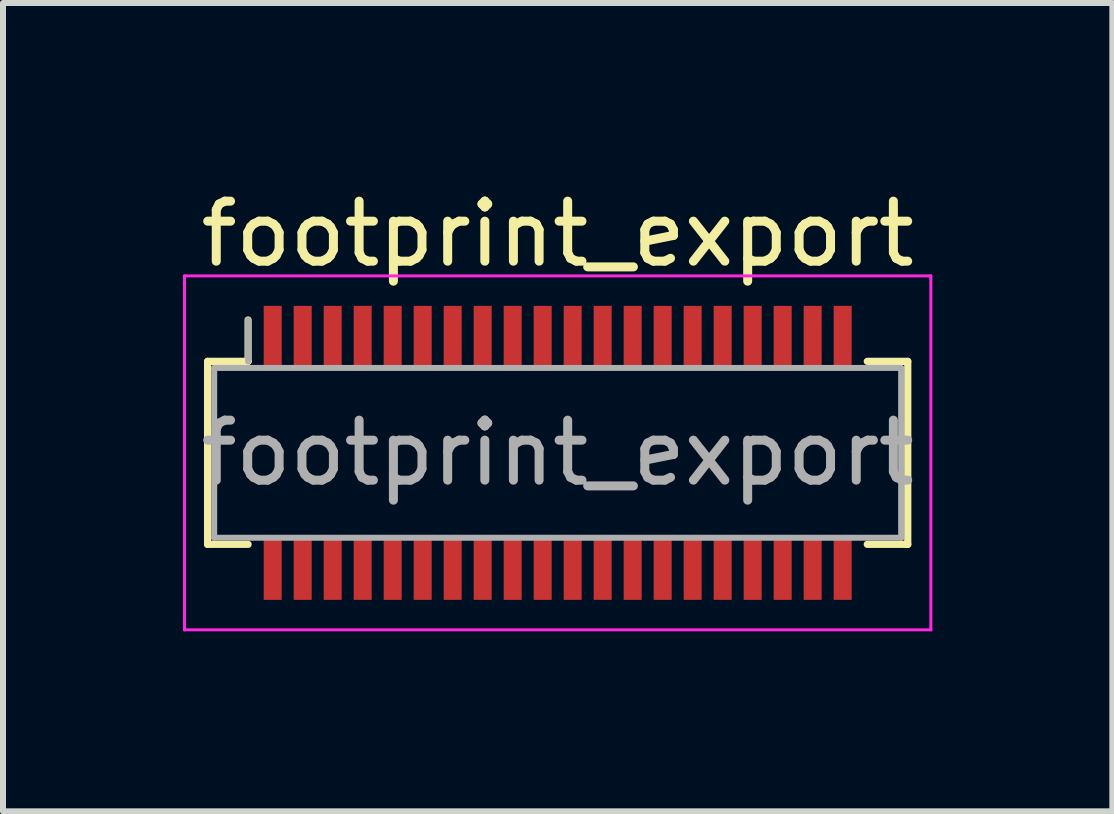
<source format=kicad_pcb>
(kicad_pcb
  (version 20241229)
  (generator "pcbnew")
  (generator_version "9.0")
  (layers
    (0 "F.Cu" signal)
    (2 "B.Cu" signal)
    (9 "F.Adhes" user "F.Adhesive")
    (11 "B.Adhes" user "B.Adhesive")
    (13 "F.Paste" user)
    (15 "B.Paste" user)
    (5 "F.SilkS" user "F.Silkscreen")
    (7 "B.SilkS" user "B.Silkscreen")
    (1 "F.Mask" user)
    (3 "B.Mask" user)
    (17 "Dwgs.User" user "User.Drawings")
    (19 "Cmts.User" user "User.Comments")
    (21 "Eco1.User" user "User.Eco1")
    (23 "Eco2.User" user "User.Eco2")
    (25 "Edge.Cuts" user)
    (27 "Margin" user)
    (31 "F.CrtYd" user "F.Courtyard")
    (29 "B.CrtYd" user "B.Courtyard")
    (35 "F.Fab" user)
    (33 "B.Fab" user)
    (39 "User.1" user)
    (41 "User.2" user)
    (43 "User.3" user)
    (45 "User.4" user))
  (footprint "footprint_export"
    (layer "F.Cu")
    (at 6.245 4.498)
    (property "Reference" "footprint_export" (at 0 -3.65 0) (layer "F.SilkS") (effects (font (size 1 1) (thickness 0.15))))
    (attr smd)
    (fp_line (start -5.835 -1.525) (end -5.16 -1.525) (stroke (width 0.12) (type solid)) (layer "F.SilkS"))
    (fp_line (start -5.835 1.525) (end -5.835 -1.525) (stroke (width 0.12) (type solid)) (layer "F.SilkS"))
    (fp_line (start -5.16 -1.525) (end -5.16 -2.215) (stroke (width 0.12) (type solid)) (layer "F.SilkS"))
    (fp_line (start -5.16 1.525) (end -5.835 1.525) (stroke (width 0.12) (type solid)) (layer "F.SilkS"))
    (fp_line (start 5.16 1.525) (end 5.835 1.525) (stroke (width 0.12) (type solid)) (layer "F.SilkS"))
    (fp_line (start 5.835 -1.525) (end 5.16 -1.525) (stroke (width 0.12) (type solid)) (layer "F.SilkS"))
    (fp_line (start 5.835 1.525) (end 5.835 -1.525) (stroke (width 0.12) (type solid)) (layer "F.SilkS"))
    (fp_line (start -6.22 -2.95) (end -6.22 2.95) (stroke (width 0.05) (type solid)) (layer "F.CrtYd"))
    (fp_line (start -6.22 2.95) (end 6.22 2.95) (stroke (width 0.05) (type solid)) (layer "F.CrtYd"))
    (fp_line (start 6.22 -2.95) (end -6.22 -2.95) (stroke (width 0.05) (type solid)) (layer "F.CrtYd"))
    (fp_line (start 6.22 2.95) (end 6.22 -2.95) (stroke (width 0.05) (type solid)) (layer "F.CrtYd"))
    (fp_line (start -5.725 -1.415) (end -5.725 1.415) (stroke (width 0.1) (type solid)) (layer "F.Fab"))
    (fp_line (start -5.725 1.415) (end 5.725 1.415) (stroke (width 0.1) (type solid)) (layer "F.Fab"))
    (fp_line (start -5.16 -1.525) (end -5.16 -2.215) (stroke (width 0.1) (type solid)) (layer "F.Fab"))
    (fp_line (start 5.725 -1.415) (end -5.725 -1.415) (stroke (width 0.1) (type solid)) (layer "F.Fab"))
    (fp_line (start 5.725 1.415) (end 5.725 -1.415) (stroke (width 0.1) (type solid)) (layer "F.Fab"))
    (fp_text user "${REFERENCE}" (at 0 0 0) (layer "F.Fab") (effects (font (size 1 1) (thickness 0.15))))
    (pad "1" smd rect (at -4.75 -1.95) (size 0.3 1) (layers "F.Cu" "F.Mask" "F.Paste"))
    (pad "2" smd rect (at -4.75 1.95) (size 0.3 1) (layers "F.Cu" "F.Mask" "F.Paste"))
    (pad "3" smd rect (at -4.25 -1.95) (size 0.3 1) (layers "F.Cu" "F.Mask" "F.Paste"))
    (pad "4" smd rect (at -4.25 1.95) (size 0.3 1) (layers "F.Cu" "F.Mask" "F.Paste"))
    (pad "5" smd rect (at -3.75 -1.95) (size 0.3 1) (layers "F.Cu" "F.Mask" "F.Paste"))
    (pad "6" smd rect (at -3.75 1.95) (size 0.3 1) (layers "F.Cu" "F.Mask" "F.Paste"))
    (pad "7" smd rect (at -3.25 -1.95) (size 0.3 1) (layers "F.Cu" "F.Mask" "F.Paste"))
    (pad "8" smd rect (at -3.25 1.95) (size 0.3 1) (layers "F.Cu" "F.Mask" "F.Paste"))
    (pad "9" smd rect (at -2.75 -1.95) (size 0.3 1) (layers "F.Cu" "F.Mask" "F.Paste"))
    (pad "10" smd rect (at -2.75 1.95) (size 0.3 1) (layers "F.Cu" "F.Mask" "F.Paste"))
    (pad "11" smd rect (at -2.25 -1.95) (size 0.3 1) (layers "F.Cu" "F.Mask" "F.Paste"))
    (pad "12" smd rect (at -2.25 1.95) (size 0.3 1) (layers "F.Cu" "F.Mask" "F.Paste"))
    (pad "13" smd rect (at -1.75 -1.95) (size 0.3 1) (layers "F.Cu" "F.Mask" "F.Paste"))
    (pad "14" smd rect (at -1.75 1.95) (size 0.3 1) (layers "F.Cu" "F.Mask" "F.Paste"))
    (pad "15" smd rect (at -1.25 -1.95) (size 0.3 1) (layers "F.Cu" "F.Mask" "F.Paste"))
    (pad "16" smd rect (at -1.25 1.95) (size 0.3 1) (layers "F.Cu" "F.Mask" "F.Paste"))
    (pad "17" smd rect (at -0.75 -1.95) (size 0.3 1) (layers "F.Cu" "F.Mask" "F.Paste"))
    (pad "18" smd rect (at -0.75 1.95) (size 0.3 1) (layers "F.Cu" "F.Mask" "F.Paste"))
    (pad "19" smd rect (at -0.25 -1.95) (size 0.3 1) (layers "F.Cu" "F.Mask" "F.Paste"))
    (pad "20" smd rect (at -0.25 1.95) (size 0.3 1) (layers "F.Cu" "F.Mask" "F.Paste"))
    (pad "21" smd rect (at 0.25 -1.95) (size 0.3 1) (layers "F.Cu" "F.Mask" "F.Paste"))
    (pad "22" smd rect (at 0.25 1.95) (size 0.3 1) (layers "F.Cu" "F.Mask" "F.Paste"))
    (pad "23" smd rect (at 0.75 -1.95) (size 0.3 1) (layers "F.Cu" "F.Mask" "F.Paste"))
    (pad "24" smd rect (at 0.75 1.95) (size 0.3 1) (layers "F.Cu" "F.Mask" "F.Paste"))
    (pad "25" smd rect (at 1.25 -1.95) (size 0.3 1) (layers "F.Cu" "F.Mask" "F.Paste"))
    (pad "26" smd rect (at 1.25 1.95) (size 0.3 1) (layers "F.Cu" "F.Mask" "F.Paste"))
    (pad "27" smd rect (at 1.75 -1.95) (size 0.3 1) (layers "F.Cu" "F.Mask" "F.Paste"))
    (pad "28" smd rect (at 1.75 1.95) (size 0.3 1) (layers "F.Cu" "F.Mask" "F.Paste"))
    (pad "29" smd rect (at 2.25 -1.95) (size 0.3 1) (layers "F.Cu" "F.Mask" "F.Paste"))
    (pad "30" smd rect (at 2.25 1.95) (size 0.3 1) (layers "F.Cu" "F.Mask" "F.Paste"))
    (pad "31" smd rect (at 2.75 -1.95) (size 0.3 1) (layers "F.Cu" "F.Mask" "F.Paste"))
    (pad "32" smd rect (at 2.75 1.95) (size 0.3 1) (layers "F.Cu" "F.Mask" "F.Paste"))
    (pad "33" smd rect (at 3.25 -1.95) (size 0.3 1) (layers "F.Cu" "F.Mask" "F.Paste"))
    (pad "34" smd rect (at 3.25 1.95) (size 0.3 1) (layers "F.Cu" "F.Mask" "F.Paste"))
    (pad "35" smd rect (at 3.75 -1.95) (size 0.3 1) (layers "F.Cu" "F.Mask" "F.Paste"))
    (pad "36" smd rect (at 3.75 1.95) (size 0.3 1) (layers "F.Cu" "F.Mask" "F.Paste"))
    (pad "37" smd rect (at 4.25 -1.95) (size 0.3 1) (layers "F.Cu" "F.Mask" "F.Paste"))
    (pad "38" smd rect (at 4.25 1.95) (size 0.3 1) (layers "F.Cu" "F.Mask" "F.Paste"))
    (pad "39" smd rect (at 4.75 -1.95) (size 0.3 1) (layers "F.Cu" "F.Mask" "F.Paste"))
    (pad "40" smd rect (at 4.75 1.95) (size 0.3 1) (layers "F.Cu" "F.Mask" "F.Paste")))
  (gr_rect
    (start -3 -3)
    (end 15.49 10.473)
    (stroke (width 0.1) (type default))
    (fill no)
    (layer "Edge.Cuts")))
</source>
